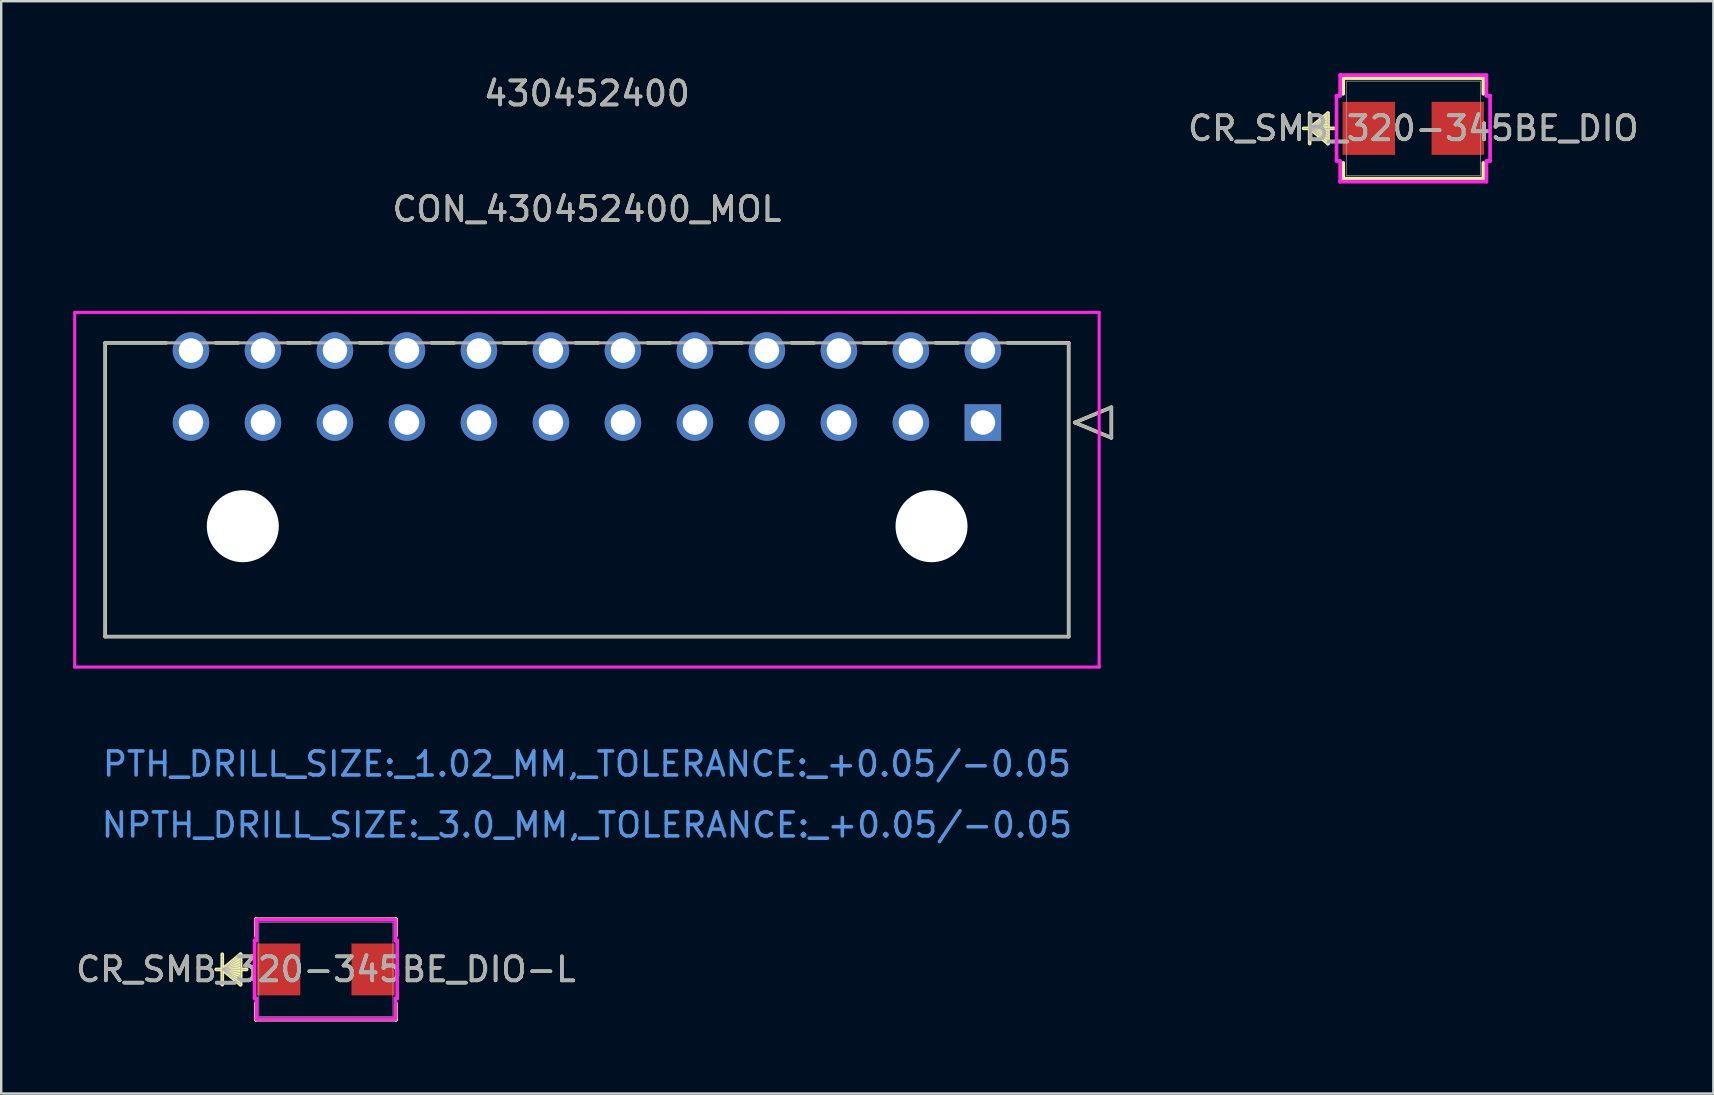
<source format=kicad_pcb>
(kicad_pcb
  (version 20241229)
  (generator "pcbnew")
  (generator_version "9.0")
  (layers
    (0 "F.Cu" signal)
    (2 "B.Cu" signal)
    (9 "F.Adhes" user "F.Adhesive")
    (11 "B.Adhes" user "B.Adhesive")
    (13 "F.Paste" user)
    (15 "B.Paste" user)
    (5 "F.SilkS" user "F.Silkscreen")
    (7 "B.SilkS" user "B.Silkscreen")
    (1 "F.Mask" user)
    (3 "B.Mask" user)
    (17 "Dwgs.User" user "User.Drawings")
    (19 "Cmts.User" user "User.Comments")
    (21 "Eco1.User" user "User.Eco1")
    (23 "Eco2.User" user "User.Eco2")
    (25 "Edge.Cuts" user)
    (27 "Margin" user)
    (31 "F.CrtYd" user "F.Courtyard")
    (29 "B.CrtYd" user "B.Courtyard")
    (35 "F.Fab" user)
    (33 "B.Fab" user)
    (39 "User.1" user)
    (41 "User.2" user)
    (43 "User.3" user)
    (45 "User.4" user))
  (footprint "CON_430452400_MOL"
    (layer "F.Cu")
    (at 37.908 14.558)
    (property "Reference" "CON_430452400_MOL" (at -16.5 -8.89 0) (unlocked yes) (layer "F.SilkS") (effects (font (size 1 1) (thickness 0.15))))
    (attr through_hole)
    (fp_line (start -36.575 -3.32) (end -36.575 8.92) (stroke (width 0.152) (type solid)) (layer "F.SilkS"))
    (fp_line (start -36.575 8.92) (end 3.575 8.92) (stroke (width 0.152) (type solid)) (layer "F.SilkS"))
    (fp_line (start -34.032 -3.32) (end -36.575 -3.32) (stroke (width 0.152) (type solid)) (layer "F.SilkS"))
    (fp_line (start -31.032 -3.32) (end -31.968 -3.32) (stroke (width 0.152) (type solid)) (layer "F.SilkS"))
    (fp_line (start -28.032 -3.32) (end -28.968 -3.32) (stroke (width 0.152) (type solid)) (layer "F.SilkS"))
    (fp_line (start -25.032 -3.32) (end -25.968 -3.32) (stroke (width 0.152) (type solid)) (layer "F.SilkS"))
    (fp_line (start -22.032 -3.32) (end -22.968 -3.32) (stroke (width 0.152) (type solid)) (layer "F.SilkS"))
    (fp_line (start -19.032 -3.32) (end -19.968 -3.32) (stroke (width 0.152) (type solid)) (layer "F.SilkS"))
    (fp_line (start -16.032 -3.32) (end -16.968 -3.32) (stroke (width 0.152) (type solid)) (layer "F.SilkS"))
    (fp_line (start -13.032 -3.32) (end -13.968 -3.32) (stroke (width 0.152) (type solid)) (layer "F.SilkS"))
    (fp_line (start -10.032 -3.32) (end -10.968 -3.32) (stroke (width 0.152) (type solid)) (layer "F.SilkS"))
    (fp_line (start -7.032 -3.32) (end -7.968 -3.32) (stroke (width 0.152) (type solid)) (layer "F.SilkS"))
    (fp_line (start -4.032 -3.32) (end -4.968 -3.32) (stroke (width 0.152) (type solid)) (layer "F.SilkS"))
    (fp_line (start -1.032 -3.32) (end -1.968 -3.32) (stroke (width 0.152) (type solid)) (layer "F.SilkS"))
    (fp_line (start 3.575 -3.32) (end 1.032 -3.32) (stroke (width 0.152) (type solid)) (layer "F.SilkS"))
    (fp_line (start 3.575 8.92) (end 3.575 -3.32) (stroke (width 0.152) (type solid)) (layer "F.SilkS"))
    (fp_line (start 3.829 0) (end 5.353 -0.635) (stroke (width 0.152) (type solid)) (layer "F.SilkS"))
    (fp_line (start 5.353 -0.635) (end 5.353 0.635) (stroke (width 0.152) (type solid)) (layer "F.SilkS"))
    (fp_line (start 5.353 0.635) (end 3.829 0) (stroke (width 0.152) (type solid)) (layer "F.SilkS"))
    (fp_line (start -37.845 -4.59) (end -37.845 10.19) (stroke (width 0.127) (type solid)) (layer "F.CrtYd"))
    (fp_line (start -37.845 10.19) (end 4.845 10.19) (stroke (width 0.127) (type solid)) (layer "F.CrtYd"))
    (fp_line (start 4.845 -4.59) (end -37.845 -4.59) (stroke (width 0.127) (type solid)) (layer "F.CrtYd"))
    (fp_line (start 4.845 10.19) (end 4.845 -4.59) (stroke (width 0.127) (type solid)) (layer "F.CrtYd"))
    (fp_line (start -36.575 -3.32) (end -36.575 8.92) (stroke (width 0.127) (type solid)) (layer "F.Fab"))
    (fp_line (start -36.575 8.92) (end 3.575 8.92) (stroke (width 0.127) (type solid)) (layer "F.Fab"))
    (fp_line (start 3.575 -3.32) (end -36.575 -3.32) (stroke (width 0.127) (type solid)) (layer "F.Fab"))
    (fp_line (start 3.575 8.92) (end 3.575 -3.32) (stroke (width 0.127) (type solid)) (layer "F.Fab"))
    (fp_line (start 3.829 0) (end 5.353 -0.635) (stroke (width 0.127) (type solid)) (layer "F.Fab"))
    (fp_line (start 5.353 -0.635) (end 5.353 0.635) (stroke (width 0.127) (type solid)) (layer "F.Fab"))
    (fp_line (start 5.353 0.635) (end 3.829 0) (stroke (width 0.127) (type solid)) (layer "F.Fab"))
    (fp_text user "430452400" (at -16.5 -13.71 0) (unlocked yes) (layer "F.SilkS") (effects (font (size 1 1) (thickness 0.15))))
    (fp_text user "NPTH_DRILL_SIZE:_3.0_MM,_TOLERANCE:_+0.05/-0.05" (at -16.5 16.77 0) (unlocked yes) (layer "Cmts.User") (effects (font (size 1 1) (thickness 0.15))))
    (fp_text user "PTH_DRILL_SIZE:_1.02_MM,_TOLERANCE:_+0.05/-0.05" (at -16.5 14.23 0) (unlocked yes) (layer "Cmts.User") (effects (font (size 1 1) (thickness 0.15))))
    (fp_text user "430452400" (at -16.5 -13.71 0) (unlocked yes) (layer "F.Fab") (effects (font (size 1 1) (thickness 0.15))))
    (fp_text user "${REFERENCE}" (at -16.5 -8.89 0) (unlocked yes) (layer "F.Fab") (effects (font (size 1 1) (thickness 0.15))))
    (pad "" np_thru_hole circle (at -30.84 4.32) (size 3 3) (drill 3) (layers "*.Cu" "*.Mask"))
    (pad "" np_thru_hole circle (at -2.14 4.32) (size 3 3) (drill 3) (layers "*.Cu" "*.Mask"))
    (pad "1" thru_hole rect (at 0 0) (size 1.52 1.52) (drill 1.02) (layers "*.Cu" "*.Mask"))
    (pad "2" thru_hole circle (at -3 0) (size 1.52 1.52) (drill 1.02) (layers "*.Cu" "*.Mask"))
    (pad "3" thru_hole circle (at -6 0) (size 1.52 1.52) (drill 1.02) (layers "*.Cu" "*.Mask"))
    (pad "4" thru_hole circle (at -9 0) (size 1.52 1.52) (drill 1.02) (layers "*.Cu" "*.Mask"))
    (pad "5" thru_hole circle (at -12 0) (size 1.52 1.52) (drill 1.02) (layers "*.Cu" "*.Mask"))
    (pad "6" thru_hole circle (at -15 0) (size 1.52 1.52) (drill 1.02) (layers "*.Cu" "*.Mask"))
    (pad "7" thru_hole circle (at -18 0) (size 1.52 1.52) (drill 1.02) (layers "*.Cu" "*.Mask"))
    (pad "8" thru_hole circle (at -21 0) (size 1.52 1.52) (drill 1.02) (layers "*.Cu" "*.Mask"))
    (pad "9" thru_hole circle (at -24 0) (size 1.52 1.52) (drill 1.02) (layers "*.Cu" "*.Mask"))
    (pad "10" thru_hole circle (at -27 0) (size 1.52 1.52) (drill 1.02) (layers "*.Cu" "*.Mask"))
    (pad "11" thru_hole circle (at -30 0) (size 1.52 1.52) (drill 1.02) (layers "*.Cu" "*.Mask"))
    (pad "12" thru_hole circle (at -33 0) (size 1.52 1.52) (drill 1.02) (layers "*.Cu" "*.Mask"))
    (pad "13" thru_hole circle (at 0 -3) (size 1.52 1.52) (drill 1.02) (layers "*.Cu" "*.Mask"))
    (pad "14" thru_hole circle (at -3 -3) (size 1.52 1.52) (drill 1.02) (layers "*.Cu" "*.Mask"))
    (pad "15" thru_hole circle (at -6 -3) (size 1.52 1.52) (drill 1.02) (layers "*.Cu" "*.Mask"))
    (pad "16" thru_hole circle (at -9 -3) (size 1.52 1.52) (drill 1.02) (layers "*.Cu" "*.Mask"))
    (pad "17" thru_hole circle (at -12 -3) (size 1.52 1.52) (drill 1.02) (layers "*.Cu" "*.Mask"))
    (pad "18" thru_hole circle (at -15 -3) (size 1.52 1.52) (drill 1.02) (layers "*.Cu" "*.Mask"))
    (pad "19" thru_hole circle (at -18 -3) (size 1.52 1.52) (drill 1.02) (layers "*.Cu" "*.Mask"))
    (pad "20" thru_hole circle (at -21 -3) (size 1.52 1.52) (drill 1.02) (layers "*.Cu" "*.Mask"))
    (pad "21" thru_hole circle (at -24 -3) (size 1.52 1.52) (drill 1.02) (layers "*.Cu" "*.Mask"))
    (pad "22" thru_hole circle (at -27 -3) (size 1.52 1.52) (drill 1.02) (layers "*.Cu" "*.Mask"))
    (pad "23" thru_hole circle (at -30 -3) (size 1.52 1.52) (drill 1.02) (layers "*.Cu" "*.Mask"))
    (pad "24" thru_hole circle (at -33 -3) (size 1.52 1.52) (drill 1.02) (layers "*.Cu" "*.Mask")))
  (footprint "CR_SMB_320-345BE_DIO"
    (layer "F.Cu")
    (at 55.844 2.299)
    (property "Reference" "CR_SMB_320-345BE_DIO" (at 0 0 0) (unlocked yes) (layer "F.SilkS") (effects (font (size 1 1) (thickness 0.15))))
    (attr smd)
    (fp_line (start -4.318 -0.635) (end -4.318 0.635) (stroke (width 0.152) (type solid)) (layer "F.SilkS"))
    (fp_line (start -4.318 0) (end -3.556 -0.635) (stroke (width 0.152) (type solid)) (layer "F.SilkS"))
    (fp_line (start -4.318 0) (end -3.556 -0.508) (stroke (width 0.152) (type solid)) (layer "F.SilkS"))
    (fp_line (start -4.318 0) (end -3.556 -0.381) (stroke (width 0.152) (type solid)) (layer "F.SilkS"))
    (fp_line (start -4.318 0) (end -3.556 -0.254) (stroke (width 0.152) (type solid)) (layer "F.SilkS"))
    (fp_line (start -4.318 0) (end -3.556 -0.127) (stroke (width 0.152) (type solid)) (layer "F.SilkS"))
    (fp_line (start -4.318 0) (end -3.556 0.127) (stroke (width 0.152) (type solid)) (layer "F.SilkS"))
    (fp_line (start -4.318 0) (end -3.556 0.254) (stroke (width 0.152) (type solid)) (layer "F.SilkS"))
    (fp_line (start -4.318 0) (end -3.556 0.381) (stroke (width 0.152) (type solid)) (layer "F.SilkS"))
    (fp_line (start -4.318 0) (end -3.556 0.508) (stroke (width 0.152) (type solid)) (layer "F.SilkS"))
    (fp_line (start -4.318 0) (end -3.556 0.635) (stroke (width 0.152) (type solid)) (layer "F.SilkS"))
    (fp_line (start -3.556 -0.635) (end -3.556 0.635) (stroke (width 0.152) (type solid)) (layer "F.SilkS"))
    (fp_line (start -3.302 0) (end -4.572 0) (stroke (width 0.152) (type solid)) (layer "F.SilkS"))
    (fp_line (start -2.921 -2.095) (end -2.921 -1.438) (stroke (width 0.152) (type solid)) (layer "F.SilkS"))
    (fp_line (start -2.921 1.438) (end -2.921 2.095) (stroke (width 0.152) (type solid)) (layer "F.SilkS"))
    (fp_line (start -2.921 2.095) (end 2.921 2.095) (stroke (width 0.152) (type solid)) (layer "F.SilkS"))
    (fp_line (start 2.921 -2.095) (end -2.921 -2.095) (stroke (width 0.152) (type solid)) (layer "F.SilkS"))
    (fp_line (start 2.921 -1.438) (end 2.921 -2.095) (stroke (width 0.152) (type solid)) (layer "F.SilkS"))
    (fp_line (start 2.921 2.095) (end 2.921 1.438) (stroke (width 0.152) (type solid)) (layer "F.SilkS"))
    (fp_line (start -3.2 -1.359) (end -3.048 -1.359) (stroke (width 0.152) (type solid)) (layer "F.CrtYd"))
    (fp_line (start -3.2 1.359) (end -3.2 -1.359) (stroke (width 0.152) (type solid)) (layer "F.CrtYd"))
    (fp_line (start -3.048 -2.223) (end 3.048 -2.223) (stroke (width 0.152) (type solid)) (layer "F.CrtYd"))
    (fp_line (start -3.048 -1.359) (end -3.048 -2.223) (stroke (width 0.152) (type solid)) (layer "F.CrtYd"))
    (fp_line (start -3.048 1.359) (end -3.2 1.359) (stroke (width 0.152) (type solid)) (layer "F.CrtYd"))
    (fp_line (start -3.048 2.223) (end -3.048 1.359) (stroke (width 0.152) (type solid)) (layer "F.CrtYd"))
    (fp_line (start 3.048 -2.223) (end 3.048 -1.359) (stroke (width 0.152) (type solid)) (layer "F.CrtYd"))
    (fp_line (start 3.048 -1.359) (end 3.2 -1.359) (stroke (width 0.152) (type solid)) (layer "F.CrtYd"))
    (fp_line (start 3.048 1.359) (end 3.048 2.223) (stroke (width 0.152) (type solid)) (layer "F.CrtYd"))
    (fp_line (start 3.048 2.223) (end -3.048 2.223) (stroke (width 0.152) (type solid)) (layer "F.CrtYd"))
    (fp_line (start 3.2 -1.359) (end 3.2 1.359) (stroke (width 0.152) (type solid)) (layer "F.CrtYd"))
    (fp_line (start 3.2 1.359) (end 3.048 1.359) (stroke (width 0.152) (type solid)) (layer "F.CrtYd"))
    (fp_line (start -4.318 -0.635) (end -4.318 0.635) (stroke (width 0.025) (type solid)) (layer "F.Fab"))
    (fp_line (start -4.318 0) (end -3.556 -0.635) (stroke (width 0.025) (type solid)) (layer "F.Fab"))
    (fp_line (start -4.318 0) (end -3.556 -0.508) (stroke (width 0.025) (type solid)) (layer "F.Fab"))
    (fp_line (start -4.318 0) (end -3.556 -0.381) (stroke (width 0.025) (type solid)) (layer "F.Fab"))
    (fp_line (start -4.318 0) (end -3.556 -0.254) (stroke (width 0.025) (type solid)) (layer "F.Fab"))
    (fp_line (start -4.318 0) (end -3.556 -0.127) (stroke (width 0.025) (type solid)) (layer "F.Fab"))
    (fp_line (start -4.318 0) (end -3.556 0.127) (stroke (width 0.025) (type solid)) (layer "F.Fab"))
    (fp_line (start -4.318 0) (end -3.556 0.254) (stroke (width 0.025) (type solid)) (layer "F.Fab"))
    (fp_line (start -4.318 0) (end -3.556 0.381) (stroke (width 0.025) (type solid)) (layer "F.Fab"))
    (fp_line (start -4.318 0) (end -3.556 0.508) (stroke (width 0.025) (type solid)) (layer "F.Fab"))
    (fp_line (start -4.318 0) (end -3.556 0.635) (stroke (width 0.025) (type solid)) (layer "F.Fab"))
    (fp_line (start -3.556 -0.635) (end -3.556 0.635) (stroke (width 0.025) (type solid)) (layer "F.Fab"))
    (fp_line (start -3.302 0) (end -4.572 0) (stroke (width 0.025) (type solid)) (layer "F.Fab"))
    (fp_line (start -2.794 -1.968) (end -2.794 1.968) (stroke (width 0.025) (type solid)) (layer "F.Fab"))
    (fp_line (start -2.794 1.968) (end 2.794 1.968) (stroke (width 0.025) (type solid)) (layer "F.Fab"))
    (fp_line (start 2.794 -1.968) (end -2.794 -1.968) (stroke (width 0.025) (type solid)) (layer "F.Fab"))
    (fp_line (start 2.794 1.968) (end 2.794 -1.968) (stroke (width 0.025) (type solid)) (layer "F.Fab"))
    (fp_text user "${REFERENCE}" (at 0 0 0) (unlocked yes) (layer "F.Fab") (effects (font (size 1 1) (thickness 0.15))))
    (pad "1" smd rect (at -1.854 0 90) (size 2.21 2.184) (layers "F.Cu" "F.Mask" "F.Paste"))
    (pad "2" smd rect (at 1.854 0 90) (size 2.21 2.184) (layers "F.Cu" "F.Mask" "F.Paste"))
    (zone (net_name "") (layer "F.Cu") (hatch full 0.508) (connect_pads) (min_thickness 0.254) (filled_areas_thickness no) (keepout (tracks not_allowed) (vias not_allowed) (pads allowed) (copperpour not_allowed) (footprints allowed)) (placement (enabled no)) (fill) (polygon (pts (xy 53.1 0.381) (xy 58.587 0.381) (xy 58.587 1.143) (xy 53.1 1.143))))
    (zone (net_name "") (layer "F.Cu") (hatch full 0.508) (connect_pads) (min_thickness 0.254) (filled_areas_thickness no) (keepout (tracks not_allowed) (vias not_allowed) (pads allowed) (copperpour not_allowed) (footprints allowed)) (placement (enabled no)) (fill) (polygon (pts (xy 53.1 3.454) (xy 58.587 3.454) (xy 58.587 4.216) (xy 53.1 4.216))))
    (zone (net_name "") (layer "F.Cu") (hatch full 0.508) (connect_pads) (min_thickness 0.254) (filled_areas_thickness no) (keepout (tracks not_allowed) (vias not_allowed) (pads allowed) (copperpour not_allowed) (footprints allowed)) (placement (enabled no)) (fill) (polygon (pts (xy 55.132 1.143) (xy 56.555 1.143) (xy 56.555 3.454) (xy 55.132 3.454)))))
  (footprint "CR_SMB_320-345BE_DIO-L"
    (layer "F.Cu")
    (at 10.53 37.348)
    (property "Reference" "CR_SMB_320-345BE_DIO-L" (at 0 0 0) (unlocked yes) (layer "F.SilkS") (effects (font (size 1 1) (thickness 0.15))))
    (attr smd)
    (fp_line (start -4.318 -0.635) (end -4.318 0.635) (stroke (width 0.152) (type solid)) (layer "F.SilkS"))
    (fp_line (start -4.318 0) (end -3.556 -0.635) (stroke (width 0.152) (type solid)) (layer "F.SilkS"))
    (fp_line (start -4.318 0) (end -3.556 -0.508) (stroke (width 0.152) (type solid)) (layer "F.SilkS"))
    (fp_line (start -4.318 0) (end -3.556 -0.381) (stroke (width 0.152) (type solid)) (layer "F.SilkS"))
    (fp_line (start -4.318 0) (end -3.556 -0.254) (stroke (width 0.152) (type solid)) (layer "F.SilkS"))
    (fp_line (start -4.318 0) (end -3.556 -0.127) (stroke (width 0.152) (type solid)) (layer "F.SilkS"))
    (fp_line (start -4.318 0) (end -3.556 0.127) (stroke (width 0.152) (type solid)) (layer "F.SilkS"))
    (fp_line (start -4.318 0) (end -3.556 0.254) (stroke (width 0.152) (type solid)) (layer "F.SilkS"))
    (fp_line (start -4.318 0) (end -3.556 0.381) (stroke (width 0.152) (type solid)) (layer "F.SilkS"))
    (fp_line (start -4.318 0) (end -3.556 0.508) (stroke (width 0.152) (type solid)) (layer "F.SilkS"))
    (fp_line (start -4.318 0) (end -3.556 0.635) (stroke (width 0.152) (type solid)) (layer "F.SilkS"))
    (fp_line (start -3.556 -0.635) (end -3.556 0.635) (stroke (width 0.152) (type solid)) (layer "F.SilkS"))
    (fp_line (start -3.302 0) (end -4.572 0) (stroke (width 0.152) (type solid)) (layer "F.SilkS"))
    (fp_line (start -2.921 -2.095) (end -2.921 -1.408) (stroke (width 0.152) (type solid)) (layer "F.SilkS"))
    (fp_line (start -2.921 1.408) (end -2.921 2.095) (stroke (width 0.152) (type solid)) (layer "F.SilkS"))
    (fp_line (start -2.921 2.095) (end 2.921 2.095) (stroke (width 0.152) (type solid)) (layer "F.SilkS"))
    (fp_line (start 2.921 -2.095) (end -2.921 -2.095) (stroke (width 0.152) (type solid)) (layer "F.SilkS"))
    (fp_line (start 2.921 -1.408) (end 2.921 -2.095) (stroke (width 0.152) (type solid)) (layer "F.SilkS"))
    (fp_line (start 2.921 2.095) (end 2.921 1.408) (stroke (width 0.152) (type solid)) (layer "F.SilkS"))
    (fp_line (start -2.972 -1.206) (end -2.896 -1.206) (stroke (width 0.152) (type solid)) (layer "F.CrtYd"))
    (fp_line (start -2.972 1.206) (end -2.972 -1.206) (stroke (width 0.152) (type solid)) (layer "F.CrtYd"))
    (fp_line (start -2.896 -2.07) (end 2.896 -2.07) (stroke (width 0.152) (type solid)) (layer "F.CrtYd"))
    (fp_line (start -2.896 -1.206) (end -2.896 -2.07) (stroke (width 0.152) (type solid)) (layer "F.CrtYd"))
    (fp_line (start -2.896 1.206) (end -2.972 1.206) (stroke (width 0.152) (type solid)) (layer "F.CrtYd"))
    (fp_line (start -2.896 2.07) (end -2.896 1.206) (stroke (width 0.152) (type solid)) (layer "F.CrtYd"))
    (fp_line (start 2.896 -2.07) (end 2.896 -1.206) (stroke (width 0.152) (type solid)) (layer "F.CrtYd"))
    (fp_line (start 2.896 -1.206) (end 2.972 -1.206) (stroke (width 0.152) (type solid)) (layer "F.CrtYd"))
    (fp_line (start 2.896 1.206) (end 2.896 2.07) (stroke (width 0.152) (type solid)) (layer "F.CrtYd"))
    (fp_line (start 2.896 2.07) (end -2.896 2.07) (stroke (width 0.152) (type solid)) (layer "F.CrtYd"))
    (fp_line (start 2.972 -1.206) (end 2.972 1.206) (stroke (width 0.152) (type solid)) (layer "F.CrtYd"))
    (fp_line (start 2.972 1.206) (end 2.896 1.206) (stroke (width 0.152) (type solid)) (layer "F.CrtYd"))
    (fp_line (start -4.318 -0.635) (end -4.318 0.635) (stroke (width 0.025) (type solid)) (layer "F.Fab"))
    (fp_line (start -4.318 0) (end -3.556 -0.635) (stroke (width 0.025) (type solid)) (layer "F.Fab"))
    (fp_line (start -4.318 0) (end -3.556 -0.508) (stroke (width 0.025) (type solid)) (layer "F.Fab"))
    (fp_line (start -4.318 0) (end -3.556 -0.381) (stroke (width 0.025) (type solid)) (layer "F.Fab"))
    (fp_line (start -4.318 0) (end -3.556 -0.254) (stroke (width 0.025) (type solid)) (layer "F.Fab"))
    (fp_line (start -4.318 0) (end -3.556 -0.127) (stroke (width 0.025) (type solid)) (layer "F.Fab"))
    (fp_line (start -4.318 0) (end -3.556 0.127) (stroke (width 0.025) (type solid)) (layer "F.Fab"))
    (fp_line (start -4.318 0) (end -3.556 0.254) (stroke (width 0.025) (type solid)) (layer "F.Fab"))
    (fp_line (start -4.318 0) (end -3.556 0.381) (stroke (width 0.025) (type solid)) (layer "F.Fab"))
    (fp_line (start -4.318 0) (end -3.556 0.508) (stroke (width 0.025) (type solid)) (layer "F.Fab"))
    (fp_line (start -4.318 0) (end -3.556 0.635) (stroke (width 0.025) (type solid)) (layer "F.Fab"))
    (fp_line (start -3.556 -0.635) (end -3.556 0.635) (stroke (width 0.025) (type solid)) (layer "F.Fab"))
    (fp_line (start -3.302 0) (end -4.572 0) (stroke (width 0.025) (type solid)) (layer "F.Fab"))
    (fp_line (start -2.794 -1.968) (end -2.794 1.968) (stroke (width 0.025) (type solid)) (layer "F.Fab"))
    (fp_line (start -2.794 1.968) (end 2.794 1.968) (stroke (width 0.025) (type solid)) (layer "F.Fab"))
    (fp_line (start 2.794 -1.968) (end -2.794 -1.968) (stroke (width 0.025) (type solid)) (layer "F.Fab"))
    (fp_line (start 2.794 1.968) (end 2.794 -1.968) (stroke (width 0.025) (type solid)) (layer "F.Fab"))
    (fp_text user "${REFERENCE}" (at 0 0 0) (unlocked yes) (layer "F.Fab") (effects (font (size 1 1) (thickness 0.15))))
    (pad "1" smd rect (at -1.968 0 90) (size 2.159 1.803) (layers "F.Cu" "F.Mask" "F.Paste"))
    (pad "2" smd rect (at 1.968 0 90) (size 2.159 1.803) (layers "F.Cu" "F.Mask" "F.Paste"))
    (zone (net_name "") (layer "F.Cu") (hatch full 0.508) (connect_pads) (min_thickness 0.254) (filled_areas_thickness no) (keepout (tracks not_allowed) (vias not_allowed) (pads allowed) (copperpour not_allowed) (footprints allowed)) (placement (enabled no)) (fill) (polygon (pts (xy 7.787 35.431) (xy 13.273 35.431) (xy 13.273 36.193) (xy 7.787 36.193))))
    (zone (net_name "") (layer "F.Cu") (hatch full 0.508) (connect_pads) (min_thickness 0.254) (filled_areas_thickness no) (keepout (tracks not_allowed) (vias not_allowed) (pads allowed) (copperpour not_allowed) (footprints allowed)) (placement (enabled no)) (fill) (polygon (pts (xy 7.787 38.504) (xy 13.273 38.504) (xy 13.273 39.266) (xy 7.787 39.266))))
    (zone (net_name "") (layer "F.Cu") (hatch full 0.508) (connect_pads) (min_thickness 0.254) (filled_areas_thickness no) (keepout (tracks not_allowed) (vias not_allowed) (pads allowed) (copperpour not_allowed) (footprints allowed)) (placement (enabled no)) (fill) (polygon (pts (xy 9.514 36.193) (xy 11.546 36.193) (xy 11.546 38.504) (xy 9.514 38.504)))))
  (gr_rect
    (start -3 -3)
    (end 68.349 42.52)
    (stroke (width 0.1) (type default))
    (fill no)
    (layer "Edge.Cuts")))
</source>
